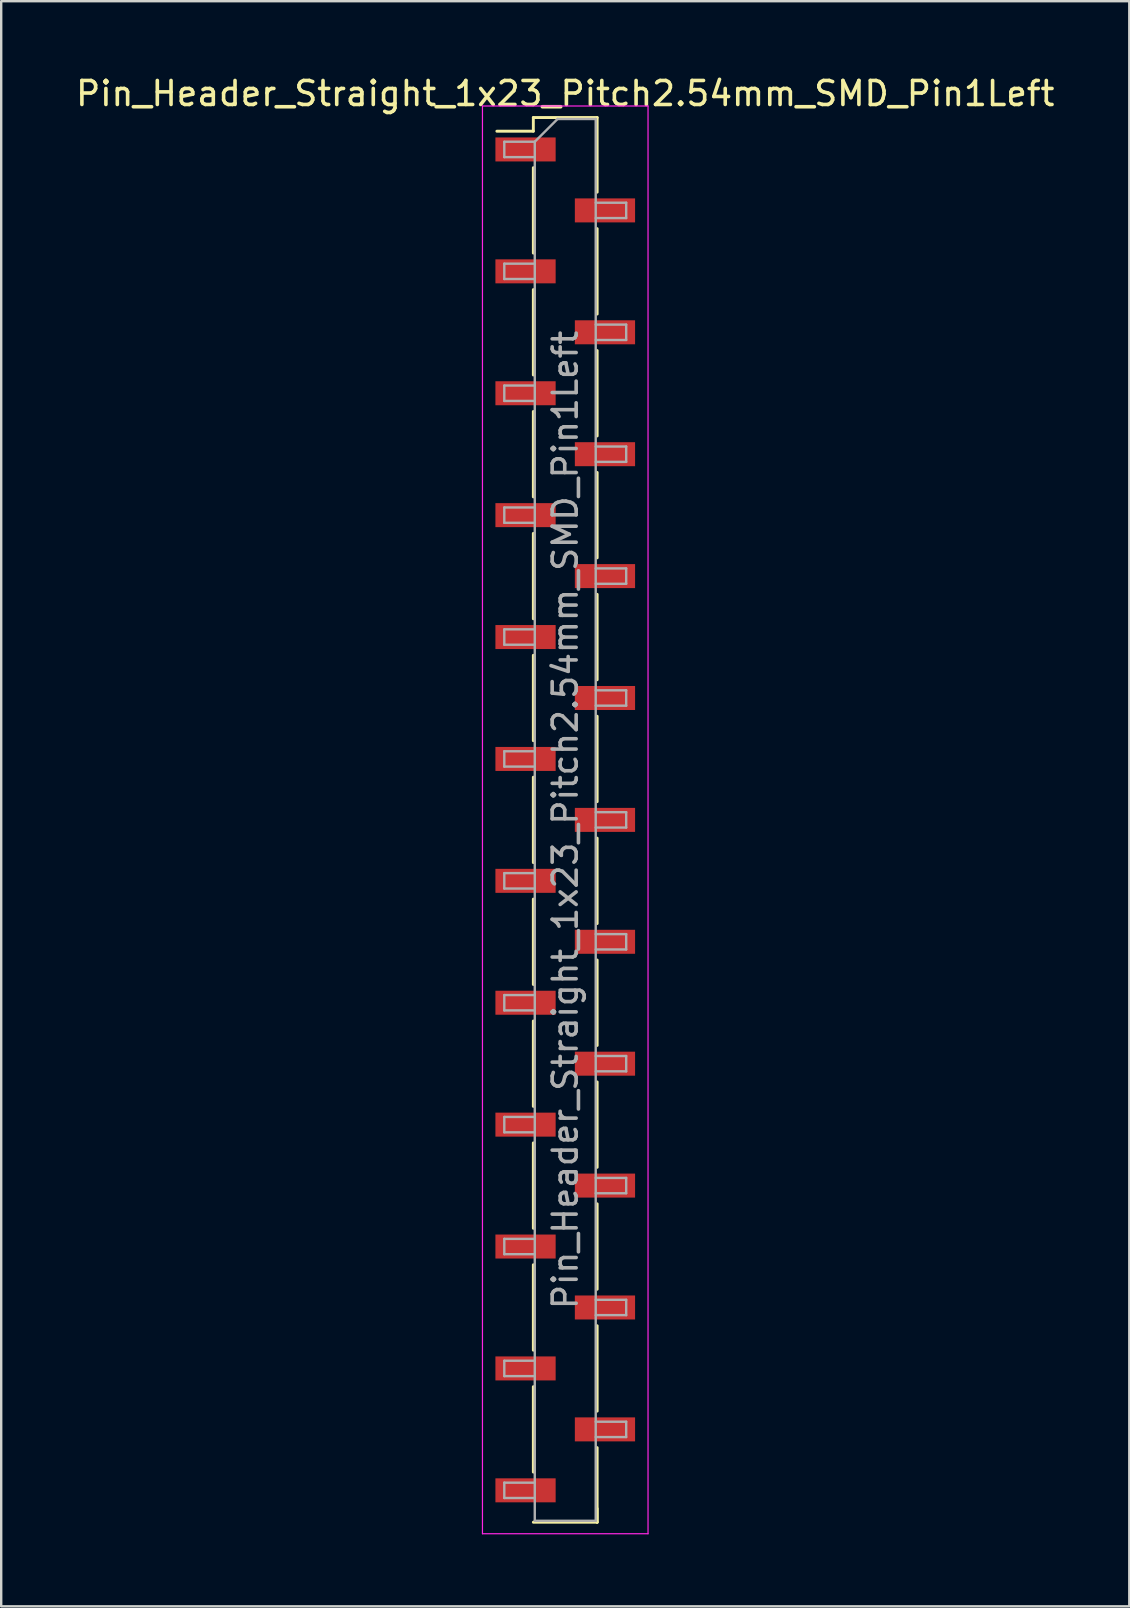
<source format=kicad_pcb>
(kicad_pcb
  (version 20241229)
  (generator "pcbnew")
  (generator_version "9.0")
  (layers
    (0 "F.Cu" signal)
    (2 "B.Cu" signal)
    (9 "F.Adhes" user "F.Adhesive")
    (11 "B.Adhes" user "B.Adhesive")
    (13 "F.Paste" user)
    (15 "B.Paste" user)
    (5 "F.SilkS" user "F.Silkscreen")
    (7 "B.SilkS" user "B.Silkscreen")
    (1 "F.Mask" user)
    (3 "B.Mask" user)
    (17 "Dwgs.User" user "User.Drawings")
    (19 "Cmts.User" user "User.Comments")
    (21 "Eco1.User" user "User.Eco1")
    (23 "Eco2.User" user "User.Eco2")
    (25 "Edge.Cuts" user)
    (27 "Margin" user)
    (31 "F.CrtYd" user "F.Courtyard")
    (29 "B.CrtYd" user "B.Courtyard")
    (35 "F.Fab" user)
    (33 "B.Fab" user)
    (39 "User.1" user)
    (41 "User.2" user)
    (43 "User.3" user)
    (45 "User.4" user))
  (footprint "Pin_Header_Straight_1x23_Pitch2.54mm_SMD_Pin1Left"
    (layer "F.Cu")
    (at 20.506 31.118)
    (property "Reference" "Pin_Header_Straight_1x23_Pitch2.54mm_SMD_Pin1Left" (at 0 -30.27 0) (layer "F.SilkS") (effects (font (size 1 1) (thickness 0.15))))
    (attr smd)
    (fp_line (start -1.33 -29.27) (end -1.33 -28.7) (stroke (width 0.12) (type solid)) (layer "F.SilkS"))
    (fp_line (start -1.33 -29.27) (end 1.33 -29.27) (stroke (width 0.12) (type solid)) (layer "F.SilkS"))
    (fp_line (start -1.33 -28.7) (end -2.85 -28.7) (stroke (width 0.12) (type solid)) (layer "F.SilkS"))
    (fp_line (start -1.33 -27.18) (end -1.33 -23.62) (stroke (width 0.12) (type solid)) (layer "F.SilkS"))
    (fp_line (start -1.33 -22.1) (end -1.33 -18.54) (stroke (width 0.12) (type solid)) (layer "F.SilkS"))
    (fp_line (start -1.33 -17.02) (end -1.33 -13.46) (stroke (width 0.12) (type solid)) (layer "F.SilkS"))
    (fp_line (start -1.33 -11.94) (end -1.33 -8.38) (stroke (width 0.12) (type solid)) (layer "F.SilkS"))
    (fp_line (start -1.33 -6.86) (end -1.33 -3.3) (stroke (width 0.12) (type solid)) (layer "F.SilkS"))
    (fp_line (start -1.33 -1.78) (end -1.33 1.78) (stroke (width 0.12) (type solid)) (layer "F.SilkS"))
    (fp_line (start -1.33 3.3) (end -1.33 6.86) (stroke (width 0.12) (type solid)) (layer "F.SilkS"))
    (fp_line (start -1.33 8.38) (end -1.33 11.94) (stroke (width 0.12) (type solid)) (layer "F.SilkS"))
    (fp_line (start -1.33 13.46) (end -1.33 17.02) (stroke (width 0.12) (type solid)) (layer "F.SilkS"))
    (fp_line (start -1.33 18.54) (end -1.33 22.1) (stroke (width 0.12) (type solid)) (layer "F.SilkS"))
    (fp_line (start -1.33 23.62) (end -1.33 27.18) (stroke (width 0.12) (type solid)) (layer "F.SilkS"))
    (fp_line (start -1.33 29.27) (end 1.33 29.27) (stroke (width 0.12) (type solid)) (layer "F.SilkS"))
    (fp_line (start 1.33 -29.27) (end 1.33 -26.16) (stroke (width 0.12) (type solid)) (layer "F.SilkS"))
    (fp_line (start 1.33 -24.64) (end 1.33 -21.08) (stroke (width 0.12) (type solid)) (layer "F.SilkS"))
    (fp_line (start 1.33 -19.56) (end 1.33 -16) (stroke (width 0.12) (type solid)) (layer "F.SilkS"))
    (fp_line (start 1.33 -14.48) (end 1.33 -10.92) (stroke (width 0.12) (type solid)) (layer "F.SilkS"))
    (fp_line (start 1.33 -9.4) (end 1.33 -5.84) (stroke (width 0.12) (type solid)) (layer "F.SilkS"))
    (fp_line (start 1.33 -4.32) (end 1.33 -0.76) (stroke (width 0.12) (type solid)) (layer "F.SilkS"))
    (fp_line (start 1.33 0.76) (end 1.33 4.32) (stroke (width 0.12) (type solid)) (layer "F.SilkS"))
    (fp_line (start 1.33 5.84) (end 1.33 9.4) (stroke (width 0.12) (type solid)) (layer "F.SilkS"))
    (fp_line (start 1.33 10.92) (end 1.33 14.48) (stroke (width 0.12) (type solid)) (layer "F.SilkS"))
    (fp_line (start 1.33 16) (end 1.33 19.56) (stroke (width 0.12) (type solid)) (layer "F.SilkS"))
    (fp_line (start 1.33 21.08) (end 1.33 24.64) (stroke (width 0.12) (type solid)) (layer "F.SilkS"))
    (fp_line (start 1.33 26.16) (end 1.33 29.27) (stroke (width 0.12) (type solid)) (layer "F.SilkS"))
    (fp_line (start 1.33 28.7) (end 1.33 29.27) (stroke (width 0.12) (type solid)) (layer "F.SilkS"))
    (fp_line (start -3.45 -29.75) (end -3.45 29.75) (stroke (width 0.05) (type solid)) (layer "F.CrtYd"))
    (fp_line (start -3.45 29.75) (end 3.45 29.75) (stroke (width 0.05) (type solid)) (layer "F.CrtYd"))
    (fp_line (start 3.45 -29.75) (end -3.45 -29.75) (stroke (width 0.05) (type solid)) (layer "F.CrtYd"))
    (fp_line (start 3.45 29.75) (end 3.45 -29.75) (stroke (width 0.05) (type solid)) (layer "F.CrtYd"))
    (fp_line (start -2.54 -28.26) (end -2.54 -27.62) (stroke (width 0.1) (type solid)) (layer "F.Fab"))
    (fp_line (start -2.54 -27.62) (end -1.27 -27.62) (stroke (width 0.1) (type solid)) (layer "F.Fab"))
    (fp_line (start -2.54 -23.18) (end -2.54 -22.54) (stroke (width 0.1) (type solid)) (layer "F.Fab"))
    (fp_line (start -2.54 -22.54) (end -1.27 -22.54) (stroke (width 0.1) (type solid)) (layer "F.Fab"))
    (fp_line (start -2.54 -18.1) (end -2.54 -17.46) (stroke (width 0.1) (type solid)) (layer "F.Fab"))
    (fp_line (start -2.54 -17.46) (end -1.27 -17.46) (stroke (width 0.1) (type solid)) (layer "F.Fab"))
    (fp_line (start -2.54 -13.02) (end -2.54 -12.38) (stroke (width 0.1) (type solid)) (layer "F.Fab"))
    (fp_line (start -2.54 -12.38) (end -1.27 -12.38) (stroke (width 0.1) (type solid)) (layer "F.Fab"))
    (fp_line (start -2.54 -7.94) (end -2.54 -7.3) (stroke (width 0.1) (type solid)) (layer "F.Fab"))
    (fp_line (start -2.54 -7.3) (end -1.27 -7.3) (stroke (width 0.1) (type solid)) (layer "F.Fab"))
    (fp_line (start -2.54 -2.86) (end -2.54 -2.22) (stroke (width 0.1) (type solid)) (layer "F.Fab"))
    (fp_line (start -2.54 -2.22) (end -1.27 -2.22) (stroke (width 0.1) (type solid)) (layer "F.Fab"))
    (fp_line (start -2.54 2.22) (end -2.54 2.86) (stroke (width 0.1) (type solid)) (layer "F.Fab"))
    (fp_line (start -2.54 2.86) (end -1.27 2.86) (stroke (width 0.1) (type solid)) (layer "F.Fab"))
    (fp_line (start -2.54 7.3) (end -2.54 7.94) (stroke (width 0.1) (type solid)) (layer "F.Fab"))
    (fp_line (start -2.54 7.94) (end -1.27 7.94) (stroke (width 0.1) (type solid)) (layer "F.Fab"))
    (fp_line (start -2.54 12.38) (end -2.54 13.02) (stroke (width 0.1) (type solid)) (layer "F.Fab"))
    (fp_line (start -2.54 13.02) (end -1.27 13.02) (stroke (width 0.1) (type solid)) (layer "F.Fab"))
    (fp_line (start -2.54 17.46) (end -2.54 18.1) (stroke (width 0.1) (type solid)) (layer "F.Fab"))
    (fp_line (start -2.54 18.1) (end -1.27 18.1) (stroke (width 0.1) (type solid)) (layer "F.Fab"))
    (fp_line (start -2.54 22.54) (end -2.54 23.18) (stroke (width 0.1) (type solid)) (layer "F.Fab"))
    (fp_line (start -2.54 23.18) (end -1.27 23.18) (stroke (width 0.1) (type solid)) (layer "F.Fab"))
    (fp_line (start -2.54 27.62) (end -2.54 28.26) (stroke (width 0.1) (type solid)) (layer "F.Fab"))
    (fp_line (start -2.54 28.26) (end -1.27 28.26) (stroke (width 0.1) (type solid)) (layer "F.Fab"))
    (fp_line (start -1.27 -28.26) (end -2.54 -28.26) (stroke (width 0.1) (type solid)) (layer "F.Fab"))
    (fp_line (start -1.27 -28.26) (end -0.32 -29.21) (stroke (width 0.1) (type solid)) (layer "F.Fab"))
    (fp_line (start -1.27 -23.18) (end -2.54 -23.18) (stroke (width 0.1) (type solid)) (layer "F.Fab"))
    (fp_line (start -1.27 -18.1) (end -2.54 -18.1) (stroke (width 0.1) (type solid)) (layer "F.Fab"))
    (fp_line (start -1.27 -13.02) (end -2.54 -13.02) (stroke (width 0.1) (type solid)) (layer "F.Fab"))
    (fp_line (start -1.27 -7.94) (end -2.54 -7.94) (stroke (width 0.1) (type solid)) (layer "F.Fab"))
    (fp_line (start -1.27 -2.86) (end -2.54 -2.86) (stroke (width 0.1) (type solid)) (layer "F.Fab"))
    (fp_line (start -1.27 2.22) (end -2.54 2.22) (stroke (width 0.1) (type solid)) (layer "F.Fab"))
    (fp_line (start -1.27 7.3) (end -2.54 7.3) (stroke (width 0.1) (type solid)) (layer "F.Fab"))
    (fp_line (start -1.27 12.38) (end -2.54 12.38) (stroke (width 0.1) (type solid)) (layer "F.Fab"))
    (fp_line (start -1.27 17.46) (end -2.54 17.46) (stroke (width 0.1) (type solid)) (layer "F.Fab"))
    (fp_line (start -1.27 22.54) (end -2.54 22.54) (stroke (width 0.1) (type solid)) (layer "F.Fab"))
    (fp_line (start -1.27 27.62) (end -2.54 27.62) (stroke (width 0.1) (type solid)) (layer "F.Fab"))
    (fp_line (start -1.27 29.21) (end -1.27 -28.26) (stroke (width 0.1) (type solid)) (layer "F.Fab"))
    (fp_line (start -0.32 -29.21) (end 1.27 -29.21) (stroke (width 0.1) (type solid)) (layer "F.Fab"))
    (fp_line (start 1.27 -29.21) (end 1.27 29.21) (stroke (width 0.1) (type solid)) (layer "F.Fab"))
    (fp_line (start 1.27 -25.72) (end 2.54 -25.72) (stroke (width 0.1) (type solid)) (layer "F.Fab"))
    (fp_line (start 1.27 -20.64) (end 2.54 -20.64) (stroke (width 0.1) (type solid)) (layer "F.Fab"))
    (fp_line (start 1.27 -15.56) (end 2.54 -15.56) (stroke (width 0.1) (type solid)) (layer "F.Fab"))
    (fp_line (start 1.27 -10.48) (end 2.54 -10.48) (stroke (width 0.1) (type solid)) (layer "F.Fab"))
    (fp_line (start 1.27 -5.4) (end 2.54 -5.4) (stroke (width 0.1) (type solid)) (layer "F.Fab"))
    (fp_line (start 1.27 -0.32) (end 2.54 -0.32) (stroke (width 0.1) (type solid)) (layer "F.Fab"))
    (fp_line (start 1.27 4.76) (end 2.54 4.76) (stroke (width 0.1) (type solid)) (layer "F.Fab"))
    (fp_line (start 1.27 9.84) (end 2.54 9.84) (stroke (width 0.1) (type solid)) (layer "F.Fab"))
    (fp_line (start 1.27 14.92) (end 2.54 14.92) (stroke (width 0.1) (type solid)) (layer "F.Fab"))
    (fp_line (start 1.27 20) (end 2.54 20) (stroke (width 0.1) (type solid)) (layer "F.Fab"))
    (fp_line (start 1.27 25.08) (end 2.54 25.08) (stroke (width 0.1) (type solid)) (layer "F.Fab"))
    (fp_line (start 1.27 29.21) (end -1.27 29.21) (stroke (width 0.1) (type solid)) (layer "F.Fab"))
    (fp_line (start 2.54 -25.72) (end 2.54 -25.08) (stroke (width 0.1) (type solid)) (layer "F.Fab"))
    (fp_line (start 2.54 -25.08) (end 1.27 -25.08) (stroke (width 0.1) (type solid)) (layer "F.Fab"))
    (fp_line (start 2.54 -20.64) (end 2.54 -20) (stroke (width 0.1) (type solid)) (layer "F.Fab"))
    (fp_line (start 2.54 -20) (end 1.27 -20) (stroke (width 0.1) (type solid)) (layer "F.Fab"))
    (fp_line (start 2.54 -15.56) (end 2.54 -14.92) (stroke (width 0.1) (type solid)) (layer "F.Fab"))
    (fp_line (start 2.54 -14.92) (end 1.27 -14.92) (stroke (width 0.1) (type solid)) (layer "F.Fab"))
    (fp_line (start 2.54 -10.48) (end 2.54 -9.84) (stroke (width 0.1) (type solid)) (layer "F.Fab"))
    (fp_line (start 2.54 -9.84) (end 1.27 -9.84) (stroke (width 0.1) (type solid)) (layer "F.Fab"))
    (fp_line (start 2.54 -5.4) (end 2.54 -4.76) (stroke (width 0.1) (type solid)) (layer "F.Fab"))
    (fp_line (start 2.54 -4.76) (end 1.27 -4.76) (stroke (width 0.1) (type solid)) (layer "F.Fab"))
    (fp_line (start 2.54 -0.32) (end 2.54 0.32) (stroke (width 0.1) (type solid)) (layer "F.Fab"))
    (fp_line (start 2.54 0.32) (end 1.27 0.32) (stroke (width 0.1) (type solid)) (layer "F.Fab"))
    (fp_line (start 2.54 4.76) (end 2.54 5.4) (stroke (width 0.1) (type solid)) (layer "F.Fab"))
    (fp_line (start 2.54 5.4) (end 1.27 5.4) (stroke (width 0.1) (type solid)) (layer "F.Fab"))
    (fp_line (start 2.54 9.84) (end 2.54 10.48) (stroke (width 0.1) (type solid)) (layer "F.Fab"))
    (fp_line (start 2.54 10.48) (end 1.27 10.48) (stroke (width 0.1) (type solid)) (layer "F.Fab"))
    (fp_line (start 2.54 14.92) (end 2.54 15.56) (stroke (width 0.1) (type solid)) (layer "F.Fab"))
    (fp_line (start 2.54 15.56) (end 1.27 15.56) (stroke (width 0.1) (type solid)) (layer "F.Fab"))
    (fp_line (start 2.54 20) (end 2.54 20.64) (stroke (width 0.1) (type solid)) (layer "F.Fab"))
    (fp_line (start 2.54 20.64) (end 1.27 20.64) (stroke (width 0.1) (type solid)) (layer "F.Fab"))
    (fp_line (start 2.54 25.08) (end 2.54 25.72) (stroke (width 0.1) (type solid)) (layer "F.Fab"))
    (fp_line (start 2.54 25.72) (end 1.27 25.72) (stroke (width 0.1) (type solid)) (layer "F.Fab"))
    (fp_text user "${REFERENCE}" (at 0 0 90) (layer "F.Fab") (effects (font (size 1 1) (thickness 0.15))))
    (pad "1" smd rect (at -1.655 -27.94) (size 2.51 1) (layers "F.Cu" "F.Mask" "F.Paste"))
    (pad "2" smd rect (at 1.655 -25.4) (size 2.51 1) (layers "F.Cu" "F.Mask" "F.Paste"))
    (pad "3" smd rect (at -1.655 -22.86) (size 2.51 1) (layers "F.Cu" "F.Mask" "F.Paste"))
    (pad "4" smd rect (at 1.655 -20.32) (size 2.51 1) (layers "F.Cu" "F.Mask" "F.Paste"))
    (pad "5" smd rect (at -1.655 -17.78) (size 2.51 1) (layers "F.Cu" "F.Mask" "F.Paste"))
    (pad "6" smd rect (at 1.655 -15.24) (size 2.51 1) (layers "F.Cu" "F.Mask" "F.Paste"))
    (pad "7" smd rect (at -1.655 -12.7) (size 2.51 1) (layers "F.Cu" "F.Mask" "F.Paste"))
    (pad "8" smd rect (at 1.655 -10.16) (size 2.51 1) (layers "F.Cu" "F.Mask" "F.Paste"))
    (pad "9" smd rect (at -1.655 -7.62) (size 2.51 1) (layers "F.Cu" "F.Mask" "F.Paste"))
    (pad "10" smd rect (at 1.655 -5.08) (size 2.51 1) (layers "F.Cu" "F.Mask" "F.Paste"))
    (pad "11" smd rect (at -1.655 -2.54) (size 2.51 1) (layers "F.Cu" "F.Mask" "F.Paste"))
    (pad "12" smd rect (at 1.655 0) (size 2.51 1) (layers "F.Cu" "F.Mask" "F.Paste"))
    (pad "13" smd rect (at -1.655 2.54) (size 2.51 1) (layers "F.Cu" "F.Mask" "F.Paste"))
    (pad "14" smd rect (at 1.655 5.08) (size 2.51 1) (layers "F.Cu" "F.Mask" "F.Paste"))
    (pad "15" smd rect (at -1.655 7.62) (size 2.51 1) (layers "F.Cu" "F.Mask" "F.Paste"))
    (pad "16" smd rect (at 1.655 10.16) (size 2.51 1) (layers "F.Cu" "F.Mask" "F.Paste"))
    (pad "17" smd rect (at -1.655 12.7) (size 2.51 1) (layers "F.Cu" "F.Mask" "F.Paste"))
    (pad "18" smd rect (at 1.655 15.24) (size 2.51 1) (layers "F.Cu" "F.Mask" "F.Paste"))
    (pad "19" smd rect (at -1.655 17.78) (size 2.51 1) (layers "F.Cu" "F.Mask" "F.Paste"))
    (pad "20" smd rect (at 1.655 20.32) (size 2.51 1) (layers "F.Cu" "F.Mask" "F.Paste"))
    (pad "21" smd rect (at -1.655 22.86) (size 2.51 1) (layers "F.Cu" "F.Mask" "F.Paste"))
    (pad "22" smd rect (at 1.655 25.4) (size 2.51 1) (layers "F.Cu" "F.Mask" "F.Paste"))
    (pad "23" smd rect (at -1.655 27.94) (size 2.51 1) (layers "F.Cu" "F.Mask" "F.Paste")))
  (gr_rect
    (start -3 -3)
    (end 44.012 63.893)
    (stroke (width 0.1) (type default))
    (fill no)
    (layer "Edge.Cuts")))
</source>
